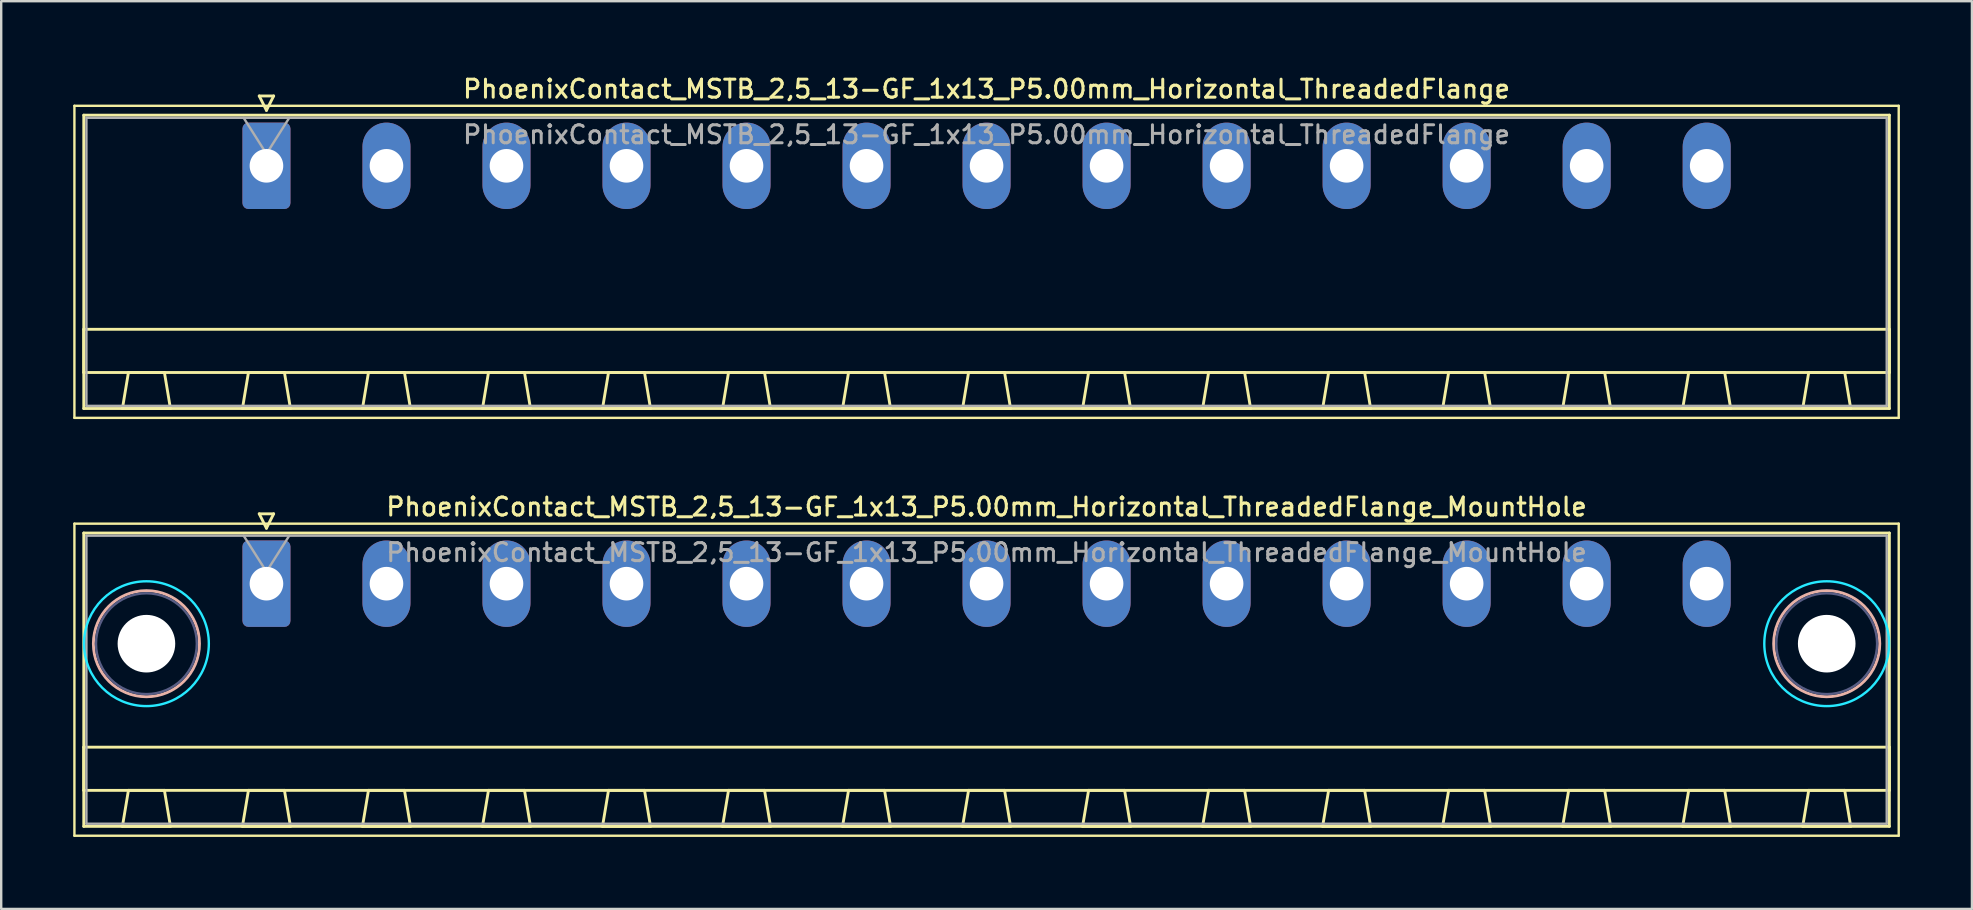
<source format=kicad_pcb>
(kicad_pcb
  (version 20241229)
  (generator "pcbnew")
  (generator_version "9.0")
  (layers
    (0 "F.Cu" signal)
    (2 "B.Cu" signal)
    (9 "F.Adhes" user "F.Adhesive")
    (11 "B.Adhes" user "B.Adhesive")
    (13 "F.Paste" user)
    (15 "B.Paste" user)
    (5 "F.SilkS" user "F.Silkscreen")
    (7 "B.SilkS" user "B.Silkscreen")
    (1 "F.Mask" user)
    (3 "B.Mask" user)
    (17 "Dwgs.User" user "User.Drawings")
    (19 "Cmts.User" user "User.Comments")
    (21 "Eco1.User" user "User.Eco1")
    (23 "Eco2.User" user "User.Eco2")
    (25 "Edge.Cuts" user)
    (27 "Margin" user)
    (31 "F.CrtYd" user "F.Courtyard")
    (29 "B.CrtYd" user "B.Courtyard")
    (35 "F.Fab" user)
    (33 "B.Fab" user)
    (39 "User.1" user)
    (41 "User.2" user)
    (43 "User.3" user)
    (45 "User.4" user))
  (footprint "PhoenixContact_MSTB_2,5_13-GF_1x13_P5.00mm_Horizontal_ThreadedFlange_MountHole"
    (layer "F.Cu")
    (at 8.05 21.266)
    (property "Reference" "PhoenixContact_MSTB_2,5_13-GF_1x13_P5.00mm_Horizontal_ThreadedFlange_MountHole" (at 30 -3.2 0) (layer "F.SilkS") (effects (font (size 0.75 0.75) (thickness 0.125))))
    (attr through_hole)
    (fp_line (start -8 -2.5) (end -8 10.5) (stroke (width 0.1) (type solid)) (layer "F.SilkS"))
    (fp_line (start -8 10.5) (end 68 10.5) (stroke (width 0.1) (type solid)) (layer "F.SilkS"))
    (fp_line (start -7.61 -2.11) (end -7.61 10.11) (stroke (width 0.12) (type solid)) (layer "F.SilkS"))
    (fp_line (start -7.61 6.81) (end 67.61 6.81) (stroke (width 0.12) (type solid)) (layer "F.SilkS"))
    (fp_line (start -7.61 8.61) (end -7.61 6.81) (stroke (width 0.12) (type solid)) (layer "F.SilkS"))
    (fp_line (start -7.61 10.11) (end 67.61 10.11) (stroke (width 0.12) (type solid)) (layer "F.SilkS"))
    (fp_line (start -6 10.11) (end -4 10.11) (stroke (width 0.12) (type solid)) (layer "F.SilkS"))
    (fp_line (start -5.75 8.61) (end -6 10.11) (stroke (width 0.12) (type solid)) (layer "F.SilkS"))
    (fp_line (start -4.25 8.61) (end -5.75 8.61) (stroke (width 0.12) (type solid)) (layer "F.SilkS"))
    (fp_line (start -4 10.11) (end -4.25 8.61) (stroke (width 0.12) (type solid)) (layer "F.SilkS"))
    (fp_line (start -1 10.11) (end 1 10.11) (stroke (width 0.12) (type solid)) (layer "F.SilkS"))
    (fp_line (start -0.75 8.61) (end -1 10.11) (stroke (width 0.12) (type solid)) (layer "F.SilkS"))
    (fp_line (start -0.3 -2.91) (end 0.3 -2.91) (stroke (width 0.12) (type solid)) (layer "F.SilkS"))
    (fp_line (start 0 -2.31) (end -0.3 -2.91) (stroke (width 0.12) (type solid)) (layer "F.SilkS"))
    (fp_line (start 0.3 -2.91) (end 0 -2.31) (stroke (width 0.12) (type solid)) (layer "F.SilkS"))
    (fp_line (start 0.75 8.61) (end -0.75 8.61) (stroke (width 0.12) (type solid)) (layer "F.SilkS"))
    (fp_line (start 1 10.11) (end 0.75 8.61) (stroke (width 0.12) (type solid)) (layer "F.SilkS"))
    (fp_line (start 4 10.11) (end 6 10.11) (stroke (width 0.12) (type solid)) (layer "F.SilkS"))
    (fp_line (start 4.25 8.61) (end 4 10.11) (stroke (width 0.12) (type solid)) (layer "F.SilkS"))
    (fp_line (start 5.75 8.61) (end 4.25 8.61) (stroke (width 0.12) (type solid)) (layer "F.SilkS"))
    (fp_line (start 6 10.11) (end 5.75 8.61) (stroke (width 0.12) (type solid)) (layer "F.SilkS"))
    (fp_line (start 9 10.11) (end 11 10.11) (stroke (width 0.12) (type solid)) (layer "F.SilkS"))
    (fp_line (start 9.25 8.61) (end 9 10.11) (stroke (width 0.12) (type solid)) (layer "F.SilkS"))
    (fp_line (start 10.75 8.61) (end 9.25 8.61) (stroke (width 0.12) (type solid)) (layer "F.SilkS"))
    (fp_line (start 11 10.11) (end 10.75 8.61) (stroke (width 0.12) (type solid)) (layer "F.SilkS"))
    (fp_line (start 14 10.11) (end 16 10.11) (stroke (width 0.12) (type solid)) (layer "F.SilkS"))
    (fp_line (start 14.25 8.61) (end 14 10.11) (stroke (width 0.12) (type solid)) (layer "F.SilkS"))
    (fp_line (start 15.75 8.61) (end 14.25 8.61) (stroke (width 0.12) (type solid)) (layer "F.SilkS"))
    (fp_line (start 16 10.11) (end 15.75 8.61) (stroke (width 0.12) (type solid)) (layer "F.SilkS"))
    (fp_line (start 19 10.11) (end 21 10.11) (stroke (width 0.12) (type solid)) (layer "F.SilkS"))
    (fp_line (start 19.25 8.61) (end 19 10.11) (stroke (width 0.12) (type solid)) (layer "F.SilkS"))
    (fp_line (start 20.75 8.61) (end 19.25 8.61) (stroke (width 0.12) (type solid)) (layer "F.SilkS"))
    (fp_line (start 21 10.11) (end 20.75 8.61) (stroke (width 0.12) (type solid)) (layer "F.SilkS"))
    (fp_line (start 24 10.11) (end 26 10.11) (stroke (width 0.12) (type solid)) (layer "F.SilkS"))
    (fp_line (start 24.25 8.61) (end 24 10.11) (stroke (width 0.12) (type solid)) (layer "F.SilkS"))
    (fp_line (start 25.75 8.61) (end 24.25 8.61) (stroke (width 0.12) (type solid)) (layer "F.SilkS"))
    (fp_line (start 26 10.11) (end 25.75 8.61) (stroke (width 0.12) (type solid)) (layer "F.SilkS"))
    (fp_line (start 29 10.11) (end 31 10.11) (stroke (width 0.12) (type solid)) (layer "F.SilkS"))
    (fp_line (start 29.25 8.61) (end 29 10.11) (stroke (width 0.12) (type solid)) (layer "F.SilkS"))
    (fp_line (start 30.75 8.61) (end 29.25 8.61) (stroke (width 0.12) (type solid)) (layer "F.SilkS"))
    (fp_line (start 31 10.11) (end 30.75 8.61) (stroke (width 0.12) (type solid)) (layer "F.SilkS"))
    (fp_line (start 34 10.11) (end 36 10.11) (stroke (width 0.12) (type solid)) (layer "F.SilkS"))
    (fp_line (start 34.25 8.61) (end 34 10.11) (stroke (width 0.12) (type solid)) (layer "F.SilkS"))
    (fp_line (start 35.75 8.61) (end 34.25 8.61) (stroke (width 0.12) (type solid)) (layer "F.SilkS"))
    (fp_line (start 36 10.11) (end 35.75 8.61) (stroke (width 0.12) (type solid)) (layer "F.SilkS"))
    (fp_line (start 39 10.11) (end 41 10.11) (stroke (width 0.12) (type solid)) (layer "F.SilkS"))
    (fp_line (start 39.25 8.61) (end 39 10.11) (stroke (width 0.12) (type solid)) (layer "F.SilkS"))
    (fp_line (start 40.75 8.61) (end 39.25 8.61) (stroke (width 0.12) (type solid)) (layer "F.SilkS"))
    (fp_line (start 41 10.11) (end 40.75 8.61) (stroke (width 0.12) (type solid)) (layer "F.SilkS"))
    (fp_line (start 44 10.11) (end 46 10.11) (stroke (width 0.12) (type solid)) (layer "F.SilkS"))
    (fp_line (start 44.25 8.61) (end 44 10.11) (stroke (width 0.12) (type solid)) (layer "F.SilkS"))
    (fp_line (start 45.75 8.61) (end 44.25 8.61) (stroke (width 0.12) (type solid)) (layer "F.SilkS"))
    (fp_line (start 46 10.11) (end 45.75 8.61) (stroke (width 0.12) (type solid)) (layer "F.SilkS"))
    (fp_line (start 49 10.11) (end 51 10.11) (stroke (width 0.12) (type solid)) (layer "F.SilkS"))
    (fp_line (start 49.25 8.61) (end 49 10.11) (stroke (width 0.12) (type solid)) (layer "F.SilkS"))
    (fp_line (start 50.75 8.61) (end 49.25 8.61) (stroke (width 0.12) (type solid)) (layer "F.SilkS"))
    (fp_line (start 51 10.11) (end 50.75 8.61) (stroke (width 0.12) (type solid)) (layer "F.SilkS"))
    (fp_line (start 54 10.11) (end 56 10.11) (stroke (width 0.12) (type solid)) (layer "F.SilkS"))
    (fp_line (start 54.25 8.61) (end 54 10.11) (stroke (width 0.12) (type solid)) (layer "F.SilkS"))
    (fp_line (start 55.75 8.61) (end 54.25 8.61) (stroke (width 0.12) (type solid)) (layer "F.SilkS"))
    (fp_line (start 56 10.11) (end 55.75 8.61) (stroke (width 0.12) (type solid)) (layer "F.SilkS"))
    (fp_line (start 59 10.11) (end 61 10.11) (stroke (width 0.12) (type solid)) (layer "F.SilkS"))
    (fp_line (start 59.25 8.61) (end 59 10.11) (stroke (width 0.12) (type solid)) (layer "F.SilkS"))
    (fp_line (start 60.75 8.61) (end 59.25 8.61) (stroke (width 0.12) (type solid)) (layer "F.SilkS"))
    (fp_line (start 61 10.11) (end 60.75 8.61) (stroke (width 0.12) (type solid)) (layer "F.SilkS"))
    (fp_line (start 64 10.11) (end 66 10.11) (stroke (width 0.12) (type solid)) (layer "F.SilkS"))
    (fp_line (start 64.25 8.61) (end 64 10.11) (stroke (width 0.12) (type solid)) (layer "F.SilkS"))
    (fp_line (start 65.75 8.61) (end 64.25 8.61) (stroke (width 0.12) (type solid)) (layer "F.SilkS"))
    (fp_line (start 66 10.11) (end 65.75 8.61) (stroke (width 0.12) (type solid)) (layer "F.SilkS"))
    (fp_line (start 67.61 -2.11) (end -7.61 -2.11) (stroke (width 0.12) (type solid)) (layer "F.SilkS"))
    (fp_line (start 67.61 6.81) (end 67.61 8.61) (stroke (width 0.12) (type solid)) (layer "F.SilkS"))
    (fp_line (start 67.61 8.61) (end -7.61 8.61) (stroke (width 0.12) (type solid)) (layer "F.SilkS"))
    (fp_line (start 67.61 10.11) (end 67.61 -2.11) (stroke (width 0.12) (type solid)) (layer "F.SilkS"))
    (fp_line (start 68 -2.5) (end -8 -2.5) (stroke (width 0.1) (type solid)) (layer "F.SilkS"))
    (fp_line (start 68 10.5) (end 68 -2.5) (stroke (width 0.1) (type solid)) (layer "F.SilkS"))
    (fp_circle (center -5 2.5) (end -2.79 2.5) (stroke (width 0.12) (type solid)) (fill no) (layer "B.SilkS"))
    (fp_circle (center 65 2.5) (end 67.21 2.5) (stroke (width 0.12) (type solid)) (fill no) (layer "B.SilkS"))
    (fp_circle (center -5 2.5) (end -2.4 2.5) (stroke (width 0.1) (type solid)) (fill no) (layer "B.CrtYd"))
    (fp_circle (center 65 2.5) (end 67.6 2.5) (stroke (width 0.1) (type solid)) (fill no) (layer "B.CrtYd"))
    (fp_circle (center -5 2.5) (end -2.9 2.5) (stroke (width 0.1) (type solid)) (fill no) (layer "B.Fab"))
    (fp_circle (center 65 2.5) (end 67.1 2.5) (stroke (width 0.1) (type solid)) (fill no) (layer "B.Fab"))
    (fp_line (start -7.5 -2) (end -7.5 10) (stroke (width 0.1) (type solid)) (layer "F.Fab"))
    (fp_line (start -7.5 10) (end 67.5 10) (stroke (width 0.1) (type solid)) (layer "F.Fab"))
    (fp_line (start 0 -0.5) (end -0.95 -2) (stroke (width 0.1) (type solid)) (layer "F.Fab"))
    (fp_line (start 0.95 -2) (end 0 -0.5) (stroke (width 0.1) (type solid)) (layer "F.Fab"))
    (fp_line (start 67.5 -2) (end -7.5 -2) (stroke (width 0.1) (type solid)) (layer "F.Fab"))
    (fp_line (start 67.5 10) (end 67.5 -2) (stroke (width 0.1) (type solid)) (layer "F.Fab"))
    (fp_text user "${REFERENCE}" (at 30 -1.3 0) (layer "F.Fab") (effects (font (size 0.75 0.75) (thickness 0.125))))
    (pad "" np_thru_hole circle (at -5 2.5) (size 2.4 2.4) (drill 2.4) (layers "*.Cu" "*.Mask"))
    (pad "" np_thru_hole circle (at 65 2.5) (size 2.4 2.4) (drill 2.4) (layers "*.Cu" "*.Mask"))
    (pad "1" thru_hole roundrect (at 0 0) (size 2 3.6) (drill 1.4) (layers "*.Cu" "*.Mask") (roundrect_rratio 0.125))
    (pad "2" thru_hole oval (at 5 0) (size 2 3.6) (drill 1.4) (layers "*.Cu" "*.Mask"))
    (pad "3" thru_hole oval (at 10 0) (size 2 3.6) (drill 1.4) (layers "*.Cu" "*.Mask"))
    (pad "4" thru_hole oval (at 15 0) (size 2 3.6) (drill 1.4) (layers "*.Cu" "*.Mask"))
    (pad "5" thru_hole oval (at 20 0) (size 2 3.6) (drill 1.4) (layers "*.Cu" "*.Mask"))
    (pad "6" thru_hole oval (at 25 0) (size 2 3.6) (drill 1.4) (layers "*.Cu" "*.Mask"))
    (pad "7" thru_hole oval (at 30 0) (size 2 3.6) (drill 1.4) (layers "*.Cu" "*.Mask"))
    (pad "8" thru_hole oval (at 35 0) (size 2 3.6) (drill 1.4) (layers "*.Cu" "*.Mask"))
    (pad "9" thru_hole oval (at 40 0) (size 2 3.6) (drill 1.4) (layers "*.Cu" "*.Mask"))
    (pad "10" thru_hole oval (at 45 0) (size 2 3.6) (drill 1.4) (layers "*.Cu" "*.Mask"))
    (pad "11" thru_hole oval (at 50 0) (size 2 3.6) (drill 1.4) (layers "*.Cu" "*.Mask"))
    (pad "12" thru_hole oval (at 55 0) (size 2 3.6) (drill 1.4) (layers "*.Cu" "*.Mask"))
    (pad "13" thru_hole oval (at 60 0) (size 2 3.6) (drill 1.4) (layers "*.Cu" "*.Mask")))
  (footprint "PhoenixContact_MSTB_2,5_13-GF_1x13_P5.00mm_Horizontal_ThreadedFlange"
    (layer "F.Cu")
    (at 8.05 3.858)
    (property "Reference" "PhoenixContact_MSTB_2,5_13-GF_1x13_P5.00mm_Horizontal_ThreadedFlange" (at 30 -3.2 0) (layer "F.SilkS") (effects (font (size 0.75 0.75) (thickness 0.125))))
    (attr through_hole)
    (fp_line (start -8 -2.5) (end -8 10.5) (stroke (width 0.1) (type solid)) (layer "F.SilkS"))
    (fp_line (start -8 10.5) (end 68 10.5) (stroke (width 0.1) (type solid)) (layer "F.SilkS"))
    (fp_line (start -7.61 -2.11) (end -7.61 10.11) (stroke (width 0.12) (type solid)) (layer "F.SilkS"))
    (fp_line (start -7.61 6.81) (end 67.61 6.81) (stroke (width 0.12) (type solid)) (layer "F.SilkS"))
    (fp_line (start -7.61 8.61) (end -7.61 6.81) (stroke (width 0.12) (type solid)) (layer "F.SilkS"))
    (fp_line (start -7.61 10.11) (end 67.61 10.11) (stroke (width 0.12) (type solid)) (layer "F.SilkS"))
    (fp_line (start -6 10.11) (end -4 10.11) (stroke (width 0.12) (type solid)) (layer "F.SilkS"))
    (fp_line (start -5.75 8.61) (end -6 10.11) (stroke (width 0.12) (type solid)) (layer "F.SilkS"))
    (fp_line (start -4.25 8.61) (end -5.75 8.61) (stroke (width 0.12) (type solid)) (layer "F.SilkS"))
    (fp_line (start -4 10.11) (end -4.25 8.61) (stroke (width 0.12) (type solid)) (layer "F.SilkS"))
    (fp_line (start -1 10.11) (end 1 10.11) (stroke (width 0.12) (type solid)) (layer "F.SilkS"))
    (fp_line (start -0.75 8.61) (end -1 10.11) (stroke (width 0.12) (type solid)) (layer "F.SilkS"))
    (fp_line (start -0.3 -2.91) (end 0.3 -2.91) (stroke (width 0.12) (type solid)) (layer "F.SilkS"))
    (fp_line (start 0 -2.31) (end -0.3 -2.91) (stroke (width 0.12) (type solid)) (layer "F.SilkS"))
    (fp_line (start 0.3 -2.91) (end 0 -2.31) (stroke (width 0.12) (type solid)) (layer "F.SilkS"))
    (fp_line (start 0.75 8.61) (end -0.75 8.61) (stroke (width 0.12) (type solid)) (layer "F.SilkS"))
    (fp_line (start 1 10.11) (end 0.75 8.61) (stroke (width 0.12) (type solid)) (layer "F.SilkS"))
    (fp_line (start 4 10.11) (end 6 10.11) (stroke (width 0.12) (type solid)) (layer "F.SilkS"))
    (fp_line (start 4.25 8.61) (end 4 10.11) (stroke (width 0.12) (type solid)) (layer "F.SilkS"))
    (fp_line (start 5.75 8.61) (end 4.25 8.61) (stroke (width 0.12) (type solid)) (layer "F.SilkS"))
    (fp_line (start 6 10.11) (end 5.75 8.61) (stroke (width 0.12) (type solid)) (layer "F.SilkS"))
    (fp_line (start 9 10.11) (end 11 10.11) (stroke (width 0.12) (type solid)) (layer "F.SilkS"))
    (fp_line (start 9.25 8.61) (end 9 10.11) (stroke (width 0.12) (type solid)) (layer "F.SilkS"))
    (fp_line (start 10.75 8.61) (end 9.25 8.61) (stroke (width 0.12) (type solid)) (layer "F.SilkS"))
    (fp_line (start 11 10.11) (end 10.75 8.61) (stroke (width 0.12) (type solid)) (layer "F.SilkS"))
    (fp_line (start 14 10.11) (end 16 10.11) (stroke (width 0.12) (type solid)) (layer "F.SilkS"))
    (fp_line (start 14.25 8.61) (end 14 10.11) (stroke (width 0.12) (type solid)) (layer "F.SilkS"))
    (fp_line (start 15.75 8.61) (end 14.25 8.61) (stroke (width 0.12) (type solid)) (layer "F.SilkS"))
    (fp_line (start 16 10.11) (end 15.75 8.61) (stroke (width 0.12) (type solid)) (layer "F.SilkS"))
    (fp_line (start 19 10.11) (end 21 10.11) (stroke (width 0.12) (type solid)) (layer "F.SilkS"))
    (fp_line (start 19.25 8.61) (end 19 10.11) (stroke (width 0.12) (type solid)) (layer "F.SilkS"))
    (fp_line (start 20.75 8.61) (end 19.25 8.61) (stroke (width 0.12) (type solid)) (layer "F.SilkS"))
    (fp_line (start 21 10.11) (end 20.75 8.61) (stroke (width 0.12) (type solid)) (layer "F.SilkS"))
    (fp_line (start 24 10.11) (end 26 10.11) (stroke (width 0.12) (type solid)) (layer "F.SilkS"))
    (fp_line (start 24.25 8.61) (end 24 10.11) (stroke (width 0.12) (type solid)) (layer "F.SilkS"))
    (fp_line (start 25.75 8.61) (end 24.25 8.61) (stroke (width 0.12) (type solid)) (layer "F.SilkS"))
    (fp_line (start 26 10.11) (end 25.75 8.61) (stroke (width 0.12) (type solid)) (layer "F.SilkS"))
    (fp_line (start 29 10.11) (end 31 10.11) (stroke (width 0.12) (type solid)) (layer "F.SilkS"))
    (fp_line (start 29.25 8.61) (end 29 10.11) (stroke (width 0.12) (type solid)) (layer "F.SilkS"))
    (fp_line (start 30.75 8.61) (end 29.25 8.61) (stroke (width 0.12) (type solid)) (layer "F.SilkS"))
    (fp_line (start 31 10.11) (end 30.75 8.61) (stroke (width 0.12) (type solid)) (layer "F.SilkS"))
    (fp_line (start 34 10.11) (end 36 10.11) (stroke (width 0.12) (type solid)) (layer "F.SilkS"))
    (fp_line (start 34.25 8.61) (end 34 10.11) (stroke (width 0.12) (type solid)) (layer "F.SilkS"))
    (fp_line (start 35.75 8.61) (end 34.25 8.61) (stroke (width 0.12) (type solid)) (layer "F.SilkS"))
    (fp_line (start 36 10.11) (end 35.75 8.61) (stroke (width 0.12) (type solid)) (layer "F.SilkS"))
    (fp_line (start 39 10.11) (end 41 10.11) (stroke (width 0.12) (type solid)) (layer "F.SilkS"))
    (fp_line (start 39.25 8.61) (end 39 10.11) (stroke (width 0.12) (type solid)) (layer "F.SilkS"))
    (fp_line (start 40.75 8.61) (end 39.25 8.61) (stroke (width 0.12) (type solid)) (layer "F.SilkS"))
    (fp_line (start 41 10.11) (end 40.75 8.61) (stroke (width 0.12) (type solid)) (layer "F.SilkS"))
    (fp_line (start 44 10.11) (end 46 10.11) (stroke (width 0.12) (type solid)) (layer "F.SilkS"))
    (fp_line (start 44.25 8.61) (end 44 10.11) (stroke (width 0.12) (type solid)) (layer "F.SilkS"))
    (fp_line (start 45.75 8.61) (end 44.25 8.61) (stroke (width 0.12) (type solid)) (layer "F.SilkS"))
    (fp_line (start 46 10.11) (end 45.75 8.61) (stroke (width 0.12) (type solid)) (layer "F.SilkS"))
    (fp_line (start 49 10.11) (end 51 10.11) (stroke (width 0.12) (type solid)) (layer "F.SilkS"))
    (fp_line (start 49.25 8.61) (end 49 10.11) (stroke (width 0.12) (type solid)) (layer "F.SilkS"))
    (fp_line (start 50.75 8.61) (end 49.25 8.61) (stroke (width 0.12) (type solid)) (layer "F.SilkS"))
    (fp_line (start 51 10.11) (end 50.75 8.61) (stroke (width 0.12) (type solid)) (layer "F.SilkS"))
    (fp_line (start 54 10.11) (end 56 10.11) (stroke (width 0.12) (type solid)) (layer "F.SilkS"))
    (fp_line (start 54.25 8.61) (end 54 10.11) (stroke (width 0.12) (type solid)) (layer "F.SilkS"))
    (fp_line (start 55.75 8.61) (end 54.25 8.61) (stroke (width 0.12) (type solid)) (layer "F.SilkS"))
    (fp_line (start 56 10.11) (end 55.75 8.61) (stroke (width 0.12) (type solid)) (layer "F.SilkS"))
    (fp_line (start 59 10.11) (end 61 10.11) (stroke (width 0.12) (type solid)) (layer "F.SilkS"))
    (fp_line (start 59.25 8.61) (end 59 10.11) (stroke (width 0.12) (type solid)) (layer "F.SilkS"))
    (fp_line (start 60.75 8.61) (end 59.25 8.61) (stroke (width 0.12) (type solid)) (layer "F.SilkS"))
    (fp_line (start 61 10.11) (end 60.75 8.61) (stroke (width 0.12) (type solid)) (layer "F.SilkS"))
    (fp_line (start 64 10.11) (end 66 10.11) (stroke (width 0.12) (type solid)) (layer "F.SilkS"))
    (fp_line (start 64.25 8.61) (end 64 10.11) (stroke (width 0.12) (type solid)) (layer "F.SilkS"))
    (fp_line (start 65.75 8.61) (end 64.25 8.61) (stroke (width 0.12) (type solid)) (layer "F.SilkS"))
    (fp_line (start 66 10.11) (end 65.75 8.61) (stroke (width 0.12) (type solid)) (layer "F.SilkS"))
    (fp_line (start 67.61 -2.11) (end -7.61 -2.11) (stroke (width 0.12) (type solid)) (layer "F.SilkS"))
    (fp_line (start 67.61 6.81) (end 67.61 8.61) (stroke (width 0.12) (type solid)) (layer "F.SilkS"))
    (fp_line (start 67.61 8.61) (end -7.61 8.61) (stroke (width 0.12) (type solid)) (layer "F.SilkS"))
    (fp_line (start 67.61 10.11) (end 67.61 -2.11) (stroke (width 0.12) (type solid)) (layer "F.SilkS"))
    (fp_line (start 68 -2.5) (end -8 -2.5) (stroke (width 0.1) (type solid)) (layer "F.SilkS"))
    (fp_line (start 68 10.5) (end 68 -2.5) (stroke (width 0.1) (type solid)) (layer "F.SilkS"))
    (fp_line (start -7.5 -2) (end -7.5 10) (stroke (width 0.1) (type solid)) (layer "F.Fab"))
    (fp_line (start -7.5 10) (end 67.5 10) (stroke (width 0.1) (type solid)) (layer "F.Fab"))
    (fp_line (start 0 -0.5) (end -0.95 -2) (stroke (width 0.1) (type solid)) (layer "F.Fab"))
    (fp_line (start 0.95 -2) (end 0 -0.5) (stroke (width 0.1) (type solid)) (layer "F.Fab"))
    (fp_line (start 67.5 -2) (end -7.5 -2) (stroke (width 0.1) (type solid)) (layer "F.Fab"))
    (fp_line (start 67.5 10) (end 67.5 -2) (stroke (width 0.1) (type solid)) (layer "F.Fab"))
    (fp_text user "${REFERENCE}" (at 30 -1.3 0) (layer "F.Fab") (effects (font (size 0.75 0.75) (thickness 0.125))))
    (pad "1" thru_hole roundrect (at 0 0) (size 2 3.6) (drill 1.4) (layers "*.Cu" "*.Mask") (roundrect_rratio 0.125))
    (pad "2" thru_hole oval (at 5 0) (size 2 3.6) (drill 1.4) (layers "*.Cu" "*.Mask"))
    (pad "3" thru_hole oval (at 10 0) (size 2 3.6) (drill 1.4) (layers "*.Cu" "*.Mask"))
    (pad "4" thru_hole oval (at 15 0) (size 2 3.6) (drill 1.4) (layers "*.Cu" "*.Mask"))
    (pad "5" thru_hole oval (at 20 0) (size 2 3.6) (drill 1.4) (layers "*.Cu" "*.Mask"))
    (pad "6" thru_hole oval (at 25 0) (size 2 3.6) (drill 1.4) (layers "*.Cu" "*.Mask"))
    (pad "7" thru_hole oval (at 30 0) (size 2 3.6) (drill 1.4) (layers "*.Cu" "*.Mask"))
    (pad "8" thru_hole oval (at 35 0) (size 2 3.6) (drill 1.4) (layers "*.Cu" "*.Mask"))
    (pad "9" thru_hole oval (at 40 0) (size 2 3.6) (drill 1.4) (layers "*.Cu" "*.Mask"))
    (pad "10" thru_hole oval (at 45 0) (size 2 3.6) (drill 1.4) (layers "*.Cu" "*.Mask"))
    (pad "11" thru_hole oval (at 50 0) (size 2 3.6) (drill 1.4) (layers "*.Cu" "*.Mask"))
    (pad "12" thru_hole oval (at 55 0) (size 2 3.6) (drill 1.4) (layers "*.Cu" "*.Mask"))
    (pad "13" thru_hole oval (at 60 0) (size 2 3.6) (drill 1.4) (layers "*.Cu" "*.Mask")))
  (gr_rect
    (start -3 -3)
    (end 79.1 34.816)
    (stroke (width 0.1) (type default))
    (fill no)
    (layer "Edge.Cuts")))
</source>
